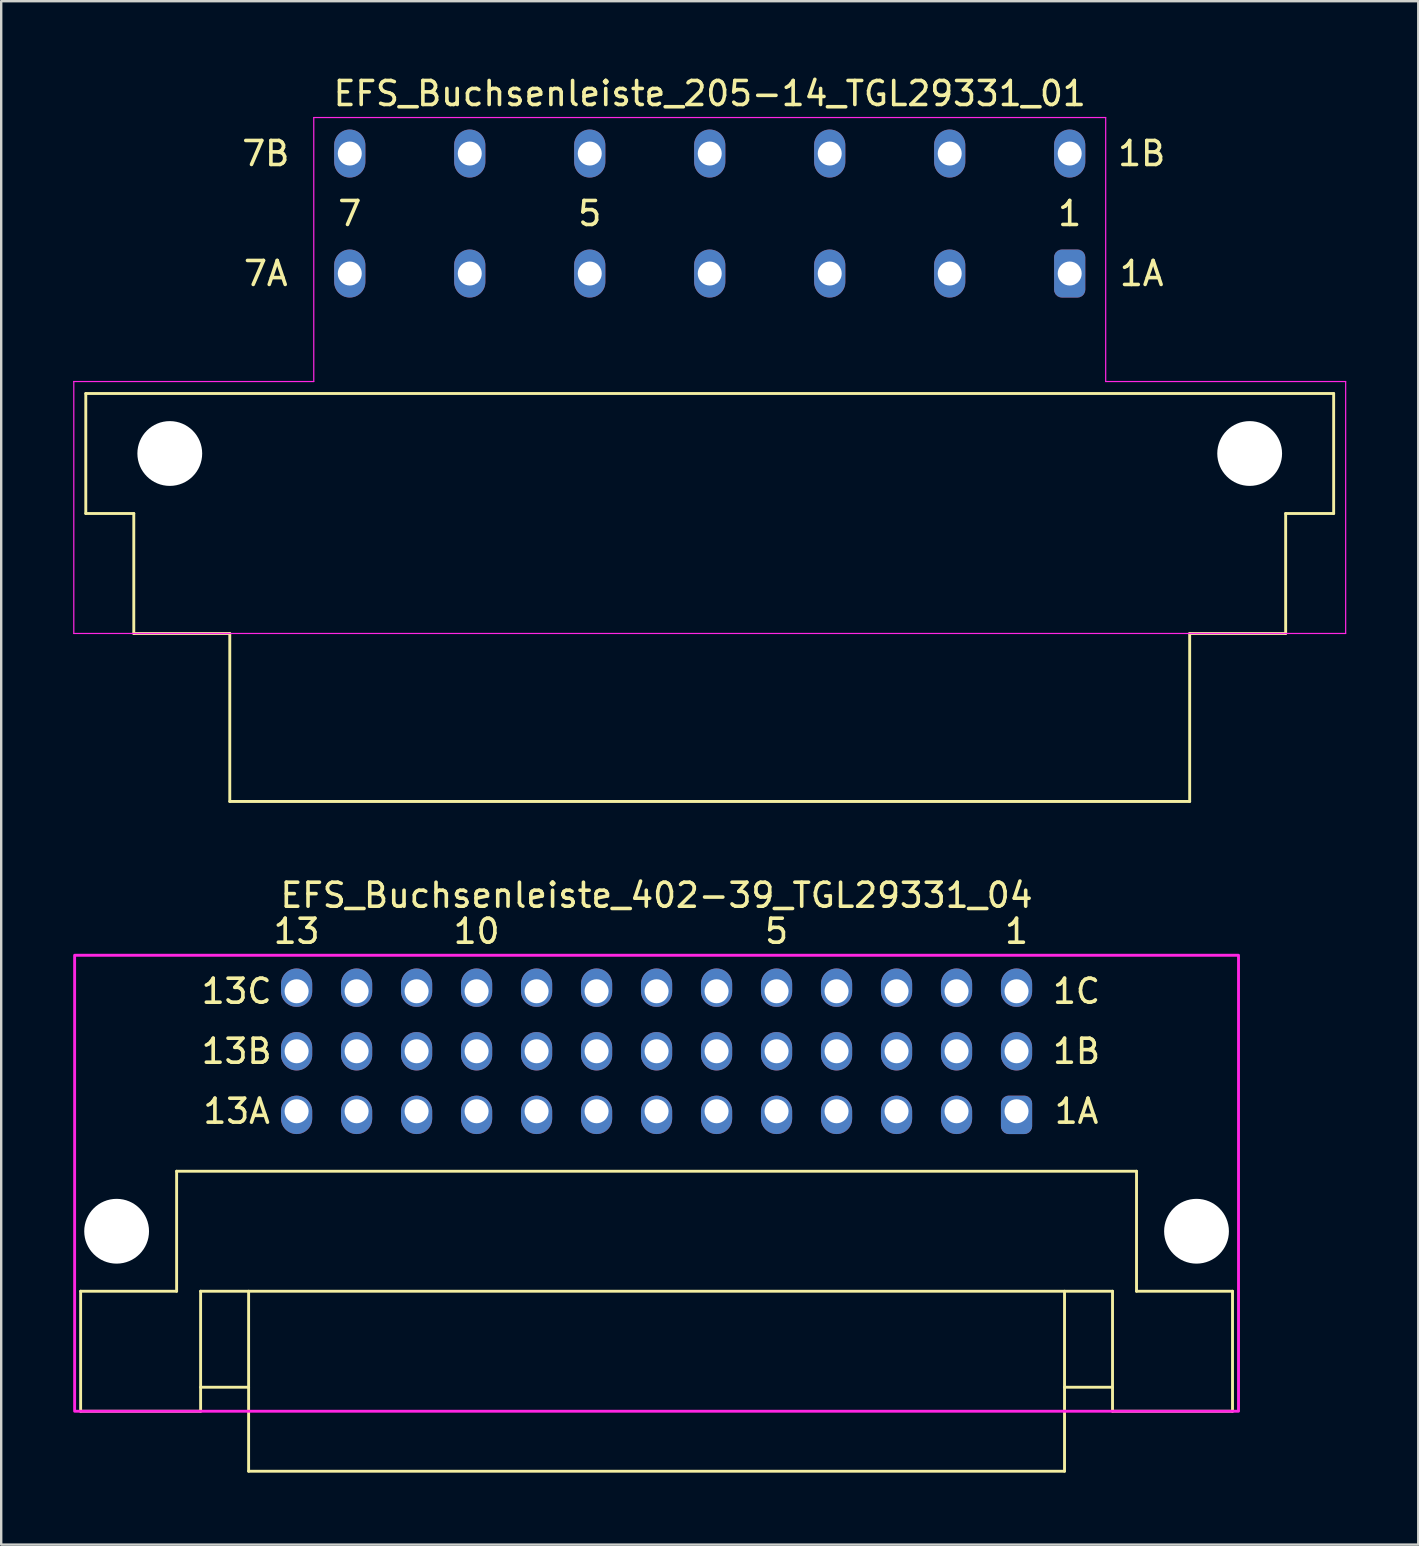
<source format=kicad_pcb>
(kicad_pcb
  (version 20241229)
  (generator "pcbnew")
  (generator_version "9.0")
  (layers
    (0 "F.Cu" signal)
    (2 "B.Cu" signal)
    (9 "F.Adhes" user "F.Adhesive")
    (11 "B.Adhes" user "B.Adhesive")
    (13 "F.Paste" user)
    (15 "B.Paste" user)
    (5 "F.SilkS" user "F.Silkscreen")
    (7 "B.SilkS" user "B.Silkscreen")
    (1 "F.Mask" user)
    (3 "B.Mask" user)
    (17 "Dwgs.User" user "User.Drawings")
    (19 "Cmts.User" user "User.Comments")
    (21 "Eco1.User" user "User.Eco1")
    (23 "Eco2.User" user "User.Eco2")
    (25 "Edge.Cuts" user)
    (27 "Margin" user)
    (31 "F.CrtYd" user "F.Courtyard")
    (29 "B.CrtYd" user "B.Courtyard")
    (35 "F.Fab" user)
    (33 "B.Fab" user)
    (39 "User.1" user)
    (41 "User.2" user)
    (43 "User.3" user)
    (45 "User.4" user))
  (footprint "EFS_Buchsenleiste_205-14_TGL29331_01"
    (layer "F.Cu")
    (at 26.525 20.848)
    (property "Reference" "EFS_Buchsenleiste_205-14_TGL29331_01" (at 0 -20 180) (layer "F.SilkS") (effects (font (size 1 1) (thickness 0.15))))
    (attr through_hole)
    (fp_line (start -26 -7.5) (end -26 -2.5) (stroke (width 0.12) (type solid)) (layer "F.SilkS"))
    (fp_line (start -26 -7.5) (end 26 -7.5) (stroke (width 0.12) (type solid)) (layer "F.SilkS"))
    (fp_line (start -26 -2.5) (end -24 -2.5) (stroke (width 0.12) (type solid)) (layer "F.SilkS"))
    (fp_line (start -24 -2.5) (end -24 2.5) (stroke (width 0.12) (type solid)) (layer "F.SilkS"))
    (fp_line (start -24 2.5) (end -20 2.5) (stroke (width 0.12) (type solid)) (layer "F.SilkS"))
    (fp_line (start -20 2.5) (end -20 9.5) (stroke (width 0.12) (type solid)) (layer "F.SilkS"))
    (fp_line (start -20 9.5) (end 20 9.5) (stroke (width 0.12) (type solid)) (layer "F.SilkS"))
    (fp_line (start 20 2.5) (end 24 2.5) (stroke (width 0.12) (type solid)) (layer "F.SilkS"))
    (fp_line (start 20 9.5) (end 20 2.5) (stroke (width 0.12) (type solid)) (layer "F.SilkS"))
    (fp_line (start 24 -2.5) (end 26 -2.5) (stroke (width 0.12) (type solid)) (layer "F.SilkS"))
    (fp_line (start 24 2.5) (end 24 -2.5) (stroke (width 0.12) (type solid)) (layer "F.SilkS"))
    (fp_line (start 26 -2.5) (end 26 -7.5) (stroke (width 0.12) (type solid)) (layer "F.SilkS"))
    (fp_line (start -26.5 2.5) (end -26.5 -8) (stroke (width 0.05) (type solid)) (layer "F.CrtYd"))
    (fp_line (start -16.5 -19) (end 16.5 -19) (stroke (width 0.05) (type solid)) (layer "F.CrtYd"))
    (fp_line (start -16.5 -8) (end -26.5 -8) (stroke (width 0.05) (type solid)) (layer "F.CrtYd"))
    (fp_line (start -16.5 -8) (end -16.5 -19) (stroke (width 0.05) (type solid)) (layer "F.CrtYd"))
    (fp_line (start 16.5 -19) (end 16.5 -8) (stroke (width 0.05) (type solid)) (layer "F.CrtYd"))
    (fp_line (start 16.5 -8) (end 26.5 -8) (stroke (width 0.05) (type solid)) (layer "F.CrtYd"))
    (fp_line (start 26.5 -8) (end 26.5 2.5) (stroke (width 0.05) (type solid)) (layer "F.CrtYd"))
    (fp_line (start 26.5 2.5) (end -26.5 2.5) (stroke (width 0.05) (type solid)) (layer "F.CrtYd"))
    (fp_text user "1B" (at 18 -17.5 0) (layer "F.SilkS") (effects (font (size 1 1) (thickness 0.15))))
    (fp_text user "7" (at -15 -15 180) (layer "F.SilkS") (effects (font (size 1 1) (thickness 0.15))))
    (fp_text user "7A" (at -18.5 -12.5 0) (layer "F.SilkS") (effects (font (size 1 1) (thickness 0.15))))
    (fp_text user "1" (at 15 -15 180) (layer "F.SilkS") (effects (font (size 1 1) (thickness 0.15))))
    (fp_text user "1A" (at 18 -12.5 0) (layer "F.SilkS") (effects (font (size 1 1) (thickness 0.15))))
    (fp_text user "7B" (at -18.5 -17.5 0) (layer "F.SilkS") (effects (font (size 1 1) (thickness 0.15))))
    (fp_text user "5" (at -5 -15 180) (layer "F.SilkS") (effects (font (size 1 1) (thickness 0.15))))
    (pad "" np_thru_hole circle (at -22.5 -5) (size 2.7 2.7) (drill 2.7) (layers "*.Cu" "*.Mask"))
    (pad "" np_thru_hole circle (at 22.5 -5) (size 2.7 2.7) (drill 2.7) (layers "*.Cu" "*.Mask"))
    (pad "1a" thru_hole roundrect (at 15 -12.5) (size 1.3 2) (drill 1) (layers "*.Cu" "*.Mask") (roundrect_rratio 0.25))
    (pad "1b" thru_hole oval (at 15 -17.5) (size 1.3 2) (drill 1) (layers "*.Cu" "*.Mask"))
    (pad "2a" thru_hole oval (at 10 -12.5) (size 1.3 2) (drill 1) (layers "*.Cu" "*.Mask"))
    (pad "2b" thru_hole oval (at 10 -17.5) (size 1.3 2) (drill 1) (layers "*.Cu" "*.Mask"))
    (pad "3a" thru_hole oval (at 5 -12.5) (size 1.3 2) (drill 1) (layers "*.Cu" "*.Mask"))
    (pad "3b" thru_hole oval (at 5 -17.5) (size 1.3 2) (drill 1) (layers "*.Cu" "*.Mask"))
    (pad "4a" thru_hole oval (at 0 -12.5) (size 1.3 2) (drill 1) (layers "*.Cu" "*.Mask"))
    (pad "4b" thru_hole oval (at 0 -17.5) (size 1.3 2) (drill 1) (layers "*.Cu" "*.Mask"))
    (pad "5a" thru_hole oval (at -5 -12.5) (size 1.3 2) (drill 1) (layers "*.Cu" "*.Mask"))
    (pad "5b" thru_hole oval (at -5 -17.5) (size 1.3 2) (drill 1) (layers "*.Cu" "*.Mask"))
    (pad "6a" thru_hole oval (at -10 -12.5) (size 1.3 2) (drill 1) (layers "*.Cu" "*.Mask"))
    (pad "6b" thru_hole oval (at -10 -17.5) (size 1.3 2) (drill 1) (layers "*.Cu" "*.Mask"))
    (pad "7a" thru_hole oval (at -15 -12.5) (size 1.3 2) (drill 1) (layers "*.Cu" "*.Mask"))
    (pad "7b" thru_hole oval (at -15 -17.5) (size 1.3 2) (drill 1) (layers "*.Cu" "*.Mask")))
  (footprint "EFS_Buchsenleiste_402-39_TGL29331_04"
    (layer "F.Cu")
    (at 24.31 55.757)
    (property "Reference" "EFS_Buchsenleiste_402-39_TGL29331_04" (at 0 -21.5 0) (layer "F.SilkS") (effects (font (size 1 1) (thickness 0.15))))
    (attr through_hole)
    (fp_line (start -24 -5) (end -24 0) (stroke (width 0.12) (type solid)) (layer "F.SilkS"))
    (fp_line (start -24 -5) (end -20 -5) (stroke (width 0.12) (type solid)) (layer "F.SilkS"))
    (fp_line (start -24 0) (end -19 0) (stroke (width 0.12) (type solid)) (layer "F.SilkS"))
    (fp_line (start -20 -10) (end -20 -5) (stroke (width 0.12) (type solid)) (layer "F.SilkS"))
    (fp_line (start -19 -5) (end -19 0) (stroke (width 0.12) (type solid)) (layer "F.SilkS"))
    (fp_line (start -19 -5) (end 19 -5) (stroke (width 0.12) (type solid)) (layer "F.SilkS"))
    (fp_line (start -17 -1) (end -19 -1) (stroke (width 0.12) (type solid)) (layer "F.SilkS"))
    (fp_line (start -17 2.5) (end -17 -5) (stroke (width 0.12) (type solid)) (layer "F.SilkS"))
    (fp_line (start -17 2.5) (end 17 2.5) (stroke (width 0.12) (type solid)) (layer "F.SilkS"))
    (fp_line (start 17 2.5) (end 17 -5) (stroke (width 0.12) (type solid)) (layer "F.SilkS"))
    (fp_line (start 19 -5) (end 19 0) (stroke (width 0.12) (type solid)) (layer "F.SilkS"))
    (fp_line (start 19 -1) (end 17 -1) (stroke (width 0.12) (type solid)) (layer "F.SilkS"))
    (fp_line (start 19 0) (end 24 0) (stroke (width 0.12) (type solid)) (layer "F.SilkS"))
    (fp_line (start 20 -10) (end -20 -10) (stroke (width 0.12) (type solid)) (layer "F.SilkS"))
    (fp_line (start 20 -10) (end 20 -5) (stroke (width 0.12) (type solid)) (layer "F.SilkS"))
    (fp_line (start 20 -5) (end 24 -5) (stroke (width 0.12) (type solid)) (layer "F.SilkS"))
    (fp_line (start 24 -5) (end 24 0) (stroke (width 0.12) (type solid)) (layer "F.SilkS"))
    (fp_rect (start -24.25 -19) (end 24.25 0) (stroke (width 0.12) (type solid)) (fill no) (layer "F.CrtYd"))
    (fp_text user "5" (at 5 -20 180) (layer "F.SilkS") (effects (font (size 1 1) (thickness 0.15))))
    (fp_text user "13A" (at -17.5 -12.5 180) (layer "F.SilkS") (effects (font (size 1 1) (thickness 0.15))))
    (fp_text user "1A" (at 17.5 -12.5 180) (layer "F.SilkS") (effects (font (size 1 1) (thickness 0.15))))
    (fp_text user "1" (at 15 -20 180) (layer "F.SilkS") (effects (font (size 1 1) (thickness 0.15))))
    (fp_text user "10" (at -7.5 -20 180) (layer "F.SilkS") (effects (font (size 1 1) (thickness 0.15))))
    (fp_text user "1B" (at 17.5 -15 180) (layer "F.SilkS") (effects (font (size 1 1) (thickness 0.15))))
    (fp_text user "13" (at -15 -20 180) (layer "F.SilkS") (effects (font (size 1 1) (thickness 0.15))))
    (fp_text user "13B" (at -17.5 -15 180) (layer "F.SilkS") (effects (font (size 1 1) (thickness 0.15))))
    (fp_text user "1C" (at 17.5 -17.5 180) (layer "F.SilkS") (effects (font (size 1 1) (thickness 0.15))))
    (fp_text user "13C" (at -17.5 -17.5 180) (layer "F.SilkS") (effects (font (size 1 1) (thickness 0.15))))
    (pad "" np_thru_hole circle (at -22.5 -7.5 180) (size 2.7 2.7) (drill 2.7) (layers "*.Cu" "*.Mask"))
    (pad "" np_thru_hole circle (at 22.5 -7.5 180) (size 2.7 2.7) (drill 2.7) (layers "*.Cu" "*.Mask"))
    (pad "1a" thru_hole roundrect (at 15 -12.5 180) (size 1.3 1.6) (drill 1 (offset 0 -0.15)) (layers "*.Cu" "*.Mask") (roundrect_rratio 0.25))
    (pad "1b" thru_hole oval (at 15 -15 180) (size 1.3 1.6) (drill 1) (layers "*.Cu" "*.Mask"))
    (pad "1c" thru_hole oval (at 15 -17.5 180) (size 1.3 1.6) (drill 1 (offset 0 0.15)) (layers "*.Cu" "*.Mask"))
    (pad "2a" thru_hole oval (at 12.5 -12.5 180) (size 1.3 1.6) (drill 1 (offset 0 -0.15)) (layers "*.Cu" "*.Mask"))
    (pad "2b" thru_hole oval (at 12.5 -15 180) (size 1.3 1.6) (drill 1) (layers "*.Cu" "*.Mask"))
    (pad "2c" thru_hole oval (at 12.5 -17.5 180) (size 1.3 1.6) (drill 1 (offset 0 0.15)) (layers "*.Cu" "*.Mask"))
    (pad "3a" thru_hole oval (at 10 -12.5 180) (size 1.3 1.6) (drill 1 (offset 0 -0.15)) (layers "*.Cu" "*.Mask"))
    (pad "3b" thru_hole oval (at 10 -15 180) (size 1.3 1.6) (drill 1) (layers "*.Cu" "*.Mask"))
    (pad "3c" thru_hole oval (at 10 -17.5 180) (size 1.3 1.6) (drill 1 (offset 0 0.15)) (layers "*.Cu" "*.Mask"))
    (pad "4a" thru_hole oval (at 7.5 -12.5 180) (size 1.3 1.6) (drill 1 (offset 0 -0.15)) (layers "*.Cu" "*.Mask"))
    (pad "4b" thru_hole oval (at 7.5 -15 180) (size 1.3 1.6) (drill 1) (layers "*.Cu" "*.Mask"))
    (pad "4c" thru_hole oval (at 7.5 -17.5 180) (size 1.3 1.6) (drill 1 (offset 0 0.15)) (layers "*.Cu" "*.Mask"))
    (pad "5a" thru_hole oval (at 5 -12.5 180) (size 1.3 1.6) (drill 1 (offset 0 -0.15)) (layers "*.Cu" "*.Mask"))
    (pad "5b" thru_hole oval (at 5 -15 180) (size 1.3 1.6) (drill 1) (layers "*.Cu" "*.Mask"))
    (pad "5c" thru_hole oval (at 5 -17.5 180) (size 1.3 1.6) (drill 1 (offset 0 0.15)) (layers "*.Cu" "*.Mask"))
    (pad "6a" thru_hole oval (at 2.5 -12.5 180) (size 1.3 1.6) (drill 1 (offset 0 -0.15)) (layers "*.Cu" "*.Mask"))
    (pad "6b" thru_hole oval (at 2.5 -15 180) (size 1.3 1.6) (drill 1) (layers "*.Cu" "*.Mask"))
    (pad "6c" thru_hole oval (at 2.5 -17.5 180) (size 1.3 1.6) (drill 1 (offset 0 0.15)) (layers "*.Cu" "*.Mask"))
    (pad "7a" thru_hole oval (at 0 -12.5 180) (size 1.3 1.6) (drill 1 (offset 0 -0.15)) (layers "*.Cu" "*.Mask"))
    (pad "7b" thru_hole oval (at 0 -15 180) (size 1.3 1.6) (drill 1) (layers "*.Cu" "*.Mask"))
    (pad "7c" thru_hole oval (at 0 -17.5 180) (size 1.3 1.6) (drill 1 (offset 0 0.15)) (layers "*.Cu" "*.Mask"))
    (pad "8a" thru_hole oval (at -2.5 -12.5 180) (size 1.3 1.6) (drill 1 (offset 0 -0.15)) (layers "*.Cu" "*.Mask"))
    (pad "8b" thru_hole oval (at -2.5 -15 180) (size 1.3 1.6) (drill 1) (layers "*.Cu" "*.Mask"))
    (pad "8c" thru_hole oval (at -2.5 -17.5 180) (size 1.3 1.6) (drill 1 (offset 0 0.15)) (layers "*.Cu" "*.Mask"))
    (pad "9a" thru_hole oval (at -5 -12.5 180) (size 1.3 1.6) (drill 1 (offset 0 -0.15)) (layers "*.Cu" "*.Mask"))
    (pad "9b" thru_hole oval (at -5 -15 180) (size 1.3 1.6) (drill 1) (layers "*.Cu" "*.Mask"))
    (pad "9c" thru_hole oval (at -5 -17.5 180) (size 1.3 1.6) (drill 1 (offset 0 0.15)) (layers "*.Cu" "*.Mask"))
    (pad "10a" thru_hole oval (at -7.5 -12.5 180) (size 1.3 1.6) (drill 1 (offset 0 -0.15)) (layers "*.Cu" "*.Mask"))
    (pad "10b" thru_hole oval (at -7.5 -15 180) (size 1.3 1.6) (drill 1) (layers "*.Cu" "*.Mask"))
    (pad "10c" thru_hole oval (at -7.5 -17.5 180) (size 1.3 1.6) (drill 1 (offset 0 0.15)) (layers "*.Cu" "*.Mask"))
    (pad "11a" thru_hole oval (at -10 -12.5 180) (size 1.3 1.6) (drill 1 (offset 0 -0.15)) (layers "*.Cu" "*.Mask"))
    (pad "11b" thru_hole oval (at -10 -15 180) (size 1.3 1.6) (drill 1) (layers "*.Cu" "*.Mask"))
    (pad "11c" thru_hole oval (at -10 -17.5 180) (size 1.3 1.6) (drill 1 (offset 0 0.15)) (layers "*.Cu" "*.Mask"))
    (pad "12a" thru_hole oval (at -12.5 -12.5 180) (size 1.3 1.6) (drill 1 (offset 0 -0.15)) (layers "*.Cu" "*.Mask"))
    (pad "12b" thru_hole oval (at -12.5 -15 180) (size 1.3 1.6) (drill 1) (layers "*.Cu" "*.Mask"))
    (pad "12c" thru_hole oval (at -12.5 -17.5 180) (size 1.3 1.6) (drill 1 (offset 0 0.15)) (layers "*.Cu" "*.Mask"))
    (pad "13a" thru_hole oval (at -15 -12.5 180) (size 1.3 1.6) (drill 1 (offset 0 -0.15)) (layers "*.Cu" "*.Mask"))
    (pad "13b" thru_hole oval (at -15 -15 180) (size 1.3 1.6) (drill 1) (layers "*.Cu" "*.Mask"))
    (pad "13c" thru_hole oval (at -15 -17.5 180) (size 1.3 1.6) (drill 1 (offset 0 0.15)) (layers "*.Cu" "*.Mask")))
  (gr_rect
    (start -3 -3)
    (end 56.05 61.316)
    (stroke (width 0.1) (type default))
    (fill no)
    (layer "Edge.Cuts")))
</source>
